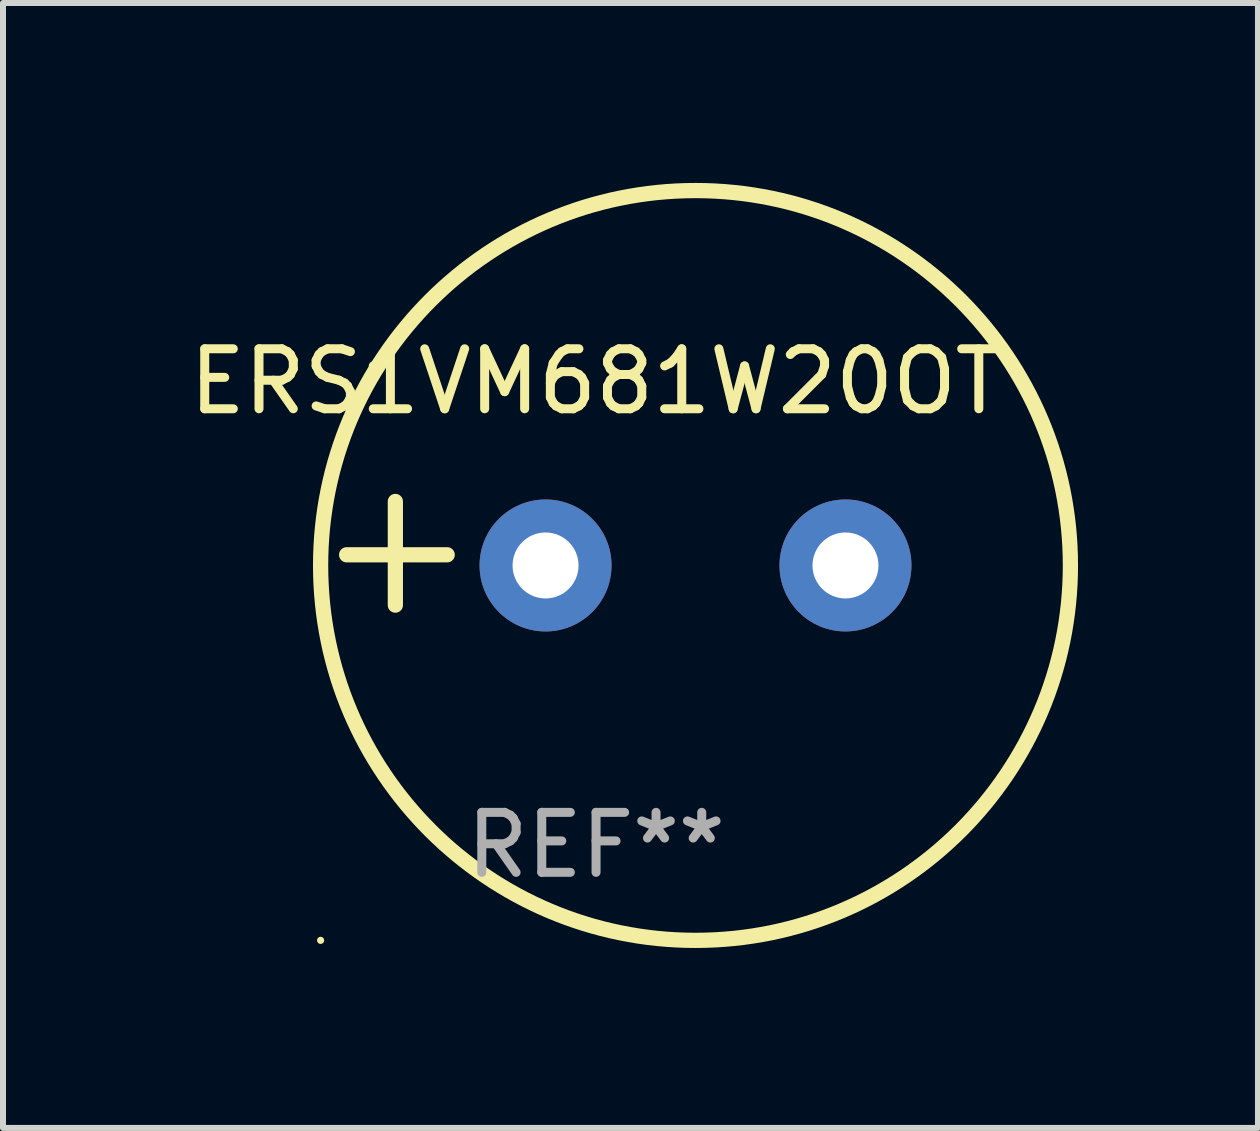
<source format=kicad_pcb>
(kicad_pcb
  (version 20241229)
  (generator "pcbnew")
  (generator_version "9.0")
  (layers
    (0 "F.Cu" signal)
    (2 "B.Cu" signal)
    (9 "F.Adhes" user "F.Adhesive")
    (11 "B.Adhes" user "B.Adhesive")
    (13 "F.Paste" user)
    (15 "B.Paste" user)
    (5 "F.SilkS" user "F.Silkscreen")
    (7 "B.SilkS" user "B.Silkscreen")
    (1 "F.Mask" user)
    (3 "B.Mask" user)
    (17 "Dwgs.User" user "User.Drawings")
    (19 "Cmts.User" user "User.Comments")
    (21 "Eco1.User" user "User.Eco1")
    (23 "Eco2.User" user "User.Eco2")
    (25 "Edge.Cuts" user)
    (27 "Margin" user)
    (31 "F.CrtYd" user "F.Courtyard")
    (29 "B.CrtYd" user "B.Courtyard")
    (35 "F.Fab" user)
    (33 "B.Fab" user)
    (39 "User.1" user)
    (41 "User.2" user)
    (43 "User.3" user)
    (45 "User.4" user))
  (footprint "ERS1VM681W20OT"
    (layer "F.Cu")
    (at 6.887 6.174)
    (property "Reference" "ERS1VM681W20OT" (at 0 -2.864 0) (layer "F.SilkS") (effects (font (size 1 1) (thickness 0.15))))
    (attr through_hole)
    (fp_line (start -3.346 0.864) (end -3.346 -0.864) (stroke (width 0.254) (type solid)) (layer "F.SilkS"))
    (fp_line (start -2.482 0.025) (end -4.158 0.025) (stroke (width 0.254) (type solid)) (layer "F.SilkS"))
    (fp_circle (center -4.592 6.453) (end -4.562 6.453) (stroke (width 0.06) (type solid)) (fill no) (layer "F.SilkS"))
    (fp_circle (center 1.658 0.203) (end 7.908 0.203) (stroke (width 0.254) (type solid)) (fill no) (layer "F.SilkS"))
    (fp_text user "REF**" (at 0 4.864 0) (layer "F.Fab") (effects (font (size 1 1) (thickness 0.15))))
    (pad "1" thru_hole circle (at -0.842 0.203) (size 2.2 2.2) (drill 1.1) (layers "*.Cu" "*.Mask"))
    (pad "2" thru_hole circle (at 4.158 0.203) (size 2.2 2.2) (drill 1.1) (layers "*.Cu" "*.Mask")))
  (gr_rect
    (start -3 -3)
    (end 17.922 15.754)
    (stroke (width 0.1) (type default))
    (fill no)
    (layer "Edge.Cuts")))
</source>
